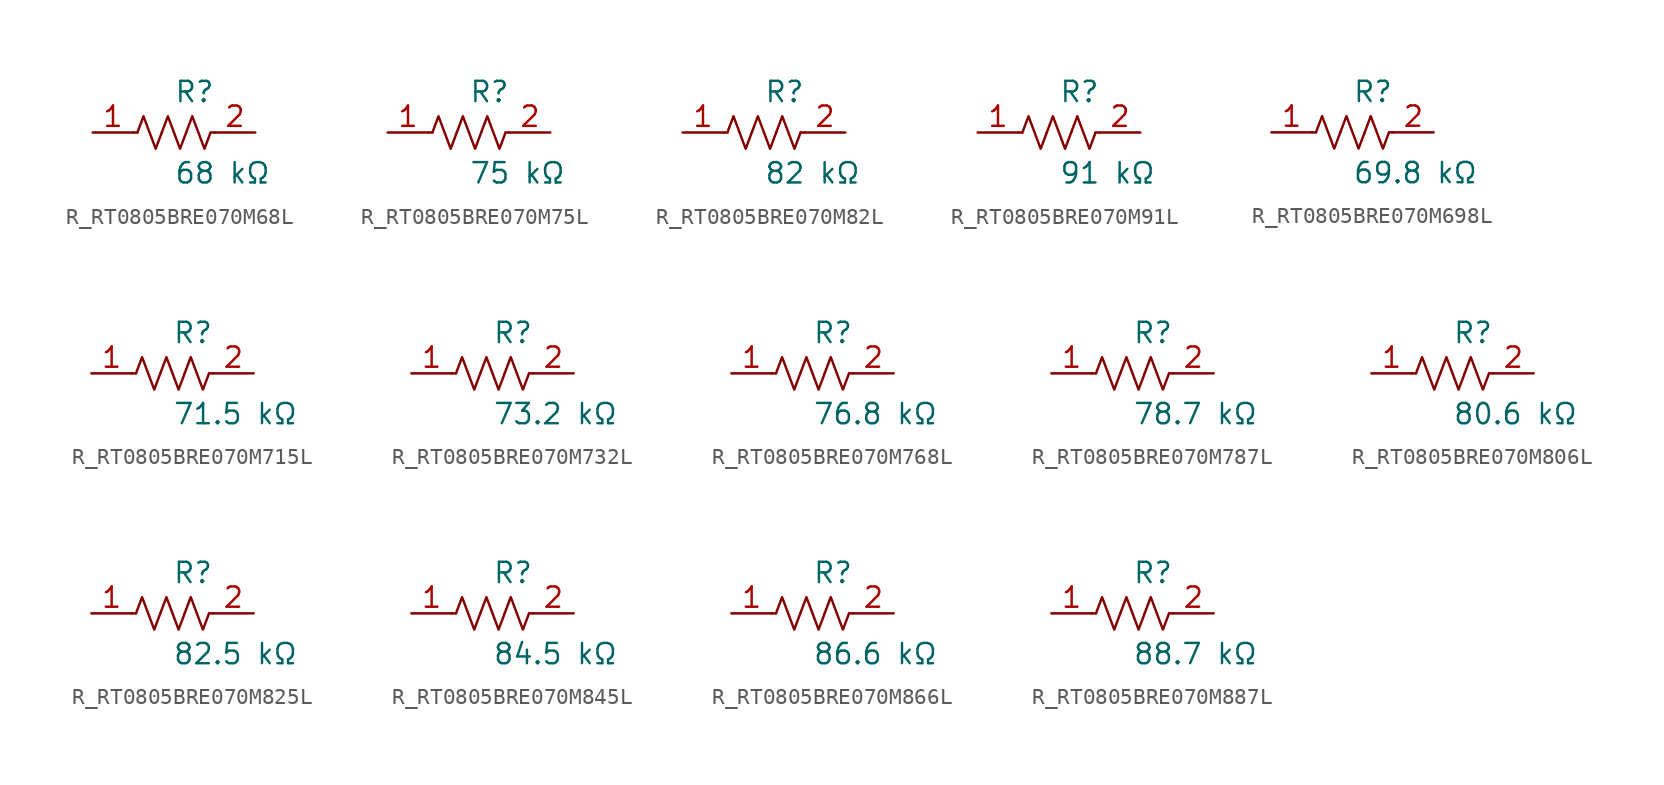
<source format=kicad_sym>
(kicad_symbol_lib
  (version 20231120)
  (generator kicad_symbol_editor)
  (generator_version 8.0)
  (symbol "R_RT0805BRE070M68L"
    (pin_names
      (offset 0.254))
    (property "Reference" "R"
      (at 0.0 2.54 0)
      (effects (font (size 1.27 1.27)) (justify left)))
    (property "Value" "68 kΩ"
      (at 0.0 -2.54 0)
      (effects (font (size 1.27 1.27)) (justify left)))
    (symbol "R_RT0805BRE070M68L_0_1"
      (polyline (pts (xy 2.286 0) (xy 2.54 0)) (stroke (width 0) (type default)) (fill (type none)))
      (polyline (pts (xy -2.286 0) (xy -2.54 0)) (stroke (width 0) (type default)) (fill (type none)))
      (polyline (pts (xy 0.762 0) (xy 1.143 1.016) (xy 1.524 0) (xy 1.905 -1.016) (xy 2.286 0)) (stroke (width 0) (type default)) (fill (type none)))
      (polyline (pts (xy -0.762 0) (xy -0.381 1.016) (xy 0 0) (xy 0.381 -1.016) (xy 0.762 0)) (stroke (width 0) (type default)) (fill (type none)))
      (polyline (pts (xy -2.286 0) (xy -1.905 1.016) (xy -1.524 0) (xy -1.143 -1.016) (xy -0.762 0)) (stroke (width 0) (type default)) (fill (type none))))
    (pin unspecified line
      (at -5.08 0 0)
      (length 2.54)
      (name "" (effects (font (size 1.27 1.27))))
      (number "1" (effects (font (size 1.27 1.27)))))
    (pin unspecified line
      (at 5.08 0 180)
      (length 2.54)
      (name "" (effects (font (size 1.27 1.27))))
      (number "2" (effects (font (size 1.27 1.27))))))
  (symbol "R_RT0805BRE070M75L"
    (pin_names
      (offset 0.254))
    (property "Reference" "R"
      (at 0.0 2.54 0)
      (effects (font (size 1.27 1.27)) (justify left)))
    (property "Value" "75 kΩ"
      (at 0.0 -2.54 0)
      (effects (font (size 1.27 1.27)) (justify left)))
    (symbol "R_RT0805BRE070M75L_0_1"
      (polyline (pts (xy 2.286 0) (xy 2.54 0)) (stroke (width 0) (type default)) (fill (type none)))
      (polyline (pts (xy -2.286 0) (xy -2.54 0)) (stroke (width 0) (type default)) (fill (type none)))
      (polyline (pts (xy 0.762 0) (xy 1.143 1.016) (xy 1.524 0) (xy 1.905 -1.016) (xy 2.286 0)) (stroke (width 0) (type default)) (fill (type none)))
      (polyline (pts (xy -0.762 0) (xy -0.381 1.016) (xy 0 0) (xy 0.381 -1.016) (xy 0.762 0)) (stroke (width 0) (type default)) (fill (type none)))
      (polyline (pts (xy -2.286 0) (xy -1.905 1.016) (xy -1.524 0) (xy -1.143 -1.016) (xy -0.762 0)) (stroke (width 0) (type default)) (fill (type none))))
    (pin unspecified line
      (at -5.08 0 0)
      (length 2.54)
      (name "" (effects (font (size 1.27 1.27))))
      (number "1" (effects (font (size 1.27 1.27)))))
    (pin unspecified line
      (at 5.08 0 180)
      (length 2.54)
      (name "" (effects (font (size 1.27 1.27))))
      (number "2" (effects (font (size 1.27 1.27))))))
  (symbol "R_RT0805BRE070M82L"
    (pin_names
      (offset 0.254))
    (property "Reference" "R"
      (at 0.0 2.54 0)
      (effects (font (size 1.27 1.27)) (justify left)))
    (property "Value" "82 kΩ"
      (at 0.0 -2.54 0)
      (effects (font (size 1.27 1.27)) (justify left)))
    (symbol "R_RT0805BRE070M82L_0_1"
      (polyline (pts (xy 2.286 0) (xy 2.54 0)) (stroke (width 0) (type default)) (fill (type none)))
      (polyline (pts (xy -2.286 0) (xy -2.54 0)) (stroke (width 0) (type default)) (fill (type none)))
      (polyline (pts (xy 0.762 0) (xy 1.143 1.016) (xy 1.524 0) (xy 1.905 -1.016) (xy 2.286 0)) (stroke (width 0) (type default)) (fill (type none)))
      (polyline (pts (xy -0.762 0) (xy -0.381 1.016) (xy 0 0) (xy 0.381 -1.016) (xy 0.762 0)) (stroke (width 0) (type default)) (fill (type none)))
      (polyline (pts (xy -2.286 0) (xy -1.905 1.016) (xy -1.524 0) (xy -1.143 -1.016) (xy -0.762 0)) (stroke (width 0) (type default)) (fill (type none))))
    (pin unspecified line
      (at -5.08 0 0)
      (length 2.54)
      (name "" (effects (font (size 1.27 1.27))))
      (number "1" (effects (font (size 1.27 1.27)))))
    (pin unspecified line
      (at 5.08 0 180)
      (length 2.54)
      (name "" (effects (font (size 1.27 1.27))))
      (number "2" (effects (font (size 1.27 1.27))))))
  (symbol "R_RT0805BRE070M91L"
    (pin_names
      (offset 0.254))
    (property "Reference" "R"
      (at 0.0 2.54 0)
      (effects (font (size 1.27 1.27)) (justify left)))
    (property "Value" "91 kΩ"
      (at 0.0 -2.54 0)
      (effects (font (size 1.27 1.27)) (justify left)))
    (symbol "R_RT0805BRE070M91L_0_1"
      (polyline (pts (xy 2.286 0) (xy 2.54 0)) (stroke (width 0) (type default)) (fill (type none)))
      (polyline (pts (xy -2.286 0) (xy -2.54 0)) (stroke (width 0) (type default)) (fill (type none)))
      (polyline (pts (xy 0.762 0) (xy 1.143 1.016) (xy 1.524 0) (xy 1.905 -1.016) (xy 2.286 0)) (stroke (width 0) (type default)) (fill (type none)))
      (polyline (pts (xy -0.762 0) (xy -0.381 1.016) (xy 0 0) (xy 0.381 -1.016) (xy 0.762 0)) (stroke (width 0) (type default)) (fill (type none)))
      (polyline (pts (xy -2.286 0) (xy -1.905 1.016) (xy -1.524 0) (xy -1.143 -1.016) (xy -0.762 0)) (stroke (width 0) (type default)) (fill (type none))))
    (pin unspecified line
      (at -5.08 0 0)
      (length 2.54)
      (name "" (effects (font (size 1.27 1.27))))
      (number "1" (effects (font (size 1.27 1.27)))))
    (pin unspecified line
      (at 5.08 0 180)
      (length 2.54)
      (name "" (effects (font (size 1.27 1.27))))
      (number "2" (effects (font (size 1.27 1.27))))))
  (symbol "R_RT0805BRE070M698L"
    (pin_names
      (offset 0.254))
    (property "Reference" "R"
      (at 0.0 2.54 0)
      (effects (font (size 1.27 1.27)) (justify left)))
    (property "Value" "69.8 kΩ"
      (at 0.0 -2.54 0)
      (effects (font (size 1.27 1.27)) (justify left)))
    (symbol "R_RT0805BRE070M698L_0_1"
      (polyline (pts (xy 2.286 0) (xy 2.54 0)) (stroke (width 0) (type default)) (fill (type none)))
      (polyline (pts (xy -2.286 0) (xy -2.54 0)) (stroke (width 0) (type default)) (fill (type none)))
      (polyline (pts (xy 0.762 0) (xy 1.143 1.016) (xy 1.524 0) (xy 1.905 -1.016) (xy 2.286 0)) (stroke (width 0) (type default)) (fill (type none)))
      (polyline (pts (xy -0.762 0) (xy -0.381 1.016) (xy 0 0) (xy 0.381 -1.016) (xy 0.762 0)) (stroke (width 0) (type default)) (fill (type none)))
      (polyline (pts (xy -2.286 0) (xy -1.905 1.016) (xy -1.524 0) (xy -1.143 -1.016) (xy -0.762 0)) (stroke (width 0) (type default)) (fill (type none))))
    (pin unspecified line
      (at -5.08 0 0)
      (length 2.54)
      (name "" (effects (font (size 1.27 1.27))))
      (number "1" (effects (font (size 1.27 1.27)))))
    (pin unspecified line
      (at 5.08 0 180)
      (length 2.54)
      (name "" (effects (font (size 1.27 1.27))))
      (number "2" (effects (font (size 1.27 1.27))))))
  (symbol "R_RT0805BRE070M715L"
    (pin_names
      (offset 0.254))
    (property "Reference" "R"
      (at 0.0 2.54 0)
      (effects (font (size 1.27 1.27)) (justify left)))
    (property "Value" "71.5 kΩ"
      (at 0.0 -2.54 0)
      (effects (font (size 1.27 1.27)) (justify left)))
    (symbol "R_RT0805BRE070M715L_0_1"
      (polyline (pts (xy 2.286 0) (xy 2.54 0)) (stroke (width 0) (type default)) (fill (type none)))
      (polyline (pts (xy -2.286 0) (xy -2.54 0)) (stroke (width 0) (type default)) (fill (type none)))
      (polyline (pts (xy 0.762 0) (xy 1.143 1.016) (xy 1.524 0) (xy 1.905 -1.016) (xy 2.286 0)) (stroke (width 0) (type default)) (fill (type none)))
      (polyline (pts (xy -0.762 0) (xy -0.381 1.016) (xy 0 0) (xy 0.381 -1.016) (xy 0.762 0)) (stroke (width 0) (type default)) (fill (type none)))
      (polyline (pts (xy -2.286 0) (xy -1.905 1.016) (xy -1.524 0) (xy -1.143 -1.016) (xy -0.762 0)) (stroke (width 0) (type default)) (fill (type none))))
    (pin unspecified line
      (at -5.08 0 0)
      (length 2.54)
      (name "" (effects (font (size 1.27 1.27))))
      (number "1" (effects (font (size 1.27 1.27)))))
    (pin unspecified line
      (at 5.08 0 180)
      (length 2.54)
      (name "" (effects (font (size 1.27 1.27))))
      (number "2" (effects (font (size 1.27 1.27))))))
  (symbol "R_RT0805BRE070M732L"
    (pin_names
      (offset 0.254))
    (property "Reference" "R"
      (at 0.0 2.54 0)
      (effects (font (size 1.27 1.27)) (justify left)))
    (property "Value" "73.2 kΩ"
      (at 0.0 -2.54 0)
      (effects (font (size 1.27 1.27)) (justify left)))
    (symbol "R_RT0805BRE070M732L_0_1"
      (polyline (pts (xy 2.286 0) (xy 2.54 0)) (stroke (width 0) (type default)) (fill (type none)))
      (polyline (pts (xy -2.286 0) (xy -2.54 0)) (stroke (width 0) (type default)) (fill (type none)))
      (polyline (pts (xy 0.762 0) (xy 1.143 1.016) (xy 1.524 0) (xy 1.905 -1.016) (xy 2.286 0)) (stroke (width 0) (type default)) (fill (type none)))
      (polyline (pts (xy -0.762 0) (xy -0.381 1.016) (xy 0 0) (xy 0.381 -1.016) (xy 0.762 0)) (stroke (width 0) (type default)) (fill (type none)))
      (polyline (pts (xy -2.286 0) (xy -1.905 1.016) (xy -1.524 0) (xy -1.143 -1.016) (xy -0.762 0)) (stroke (width 0) (type default)) (fill (type none))))
    (pin unspecified line
      (at -5.08 0 0)
      (length 2.54)
      (name "" (effects (font (size 1.27 1.27))))
      (number "1" (effects (font (size 1.27 1.27)))))
    (pin unspecified line
      (at 5.08 0 180)
      (length 2.54)
      (name "" (effects (font (size 1.27 1.27))))
      (number "2" (effects (font (size 1.27 1.27))))))
  (symbol "R_RT0805BRE070M768L"
    (pin_names
      (offset 0.254))
    (property "Reference" "R"
      (at 0.0 2.54 0)
      (effects (font (size 1.27 1.27)) (justify left)))
    (property "Value" "76.8 kΩ"
      (at 0.0 -2.54 0)
      (effects (font (size 1.27 1.27)) (justify left)))
    (symbol "R_RT0805BRE070M768L_0_1"
      (polyline (pts (xy 2.286 0) (xy 2.54 0)) (stroke (width 0) (type default)) (fill (type none)))
      (polyline (pts (xy -2.286 0) (xy -2.54 0)) (stroke (width 0) (type default)) (fill (type none)))
      (polyline (pts (xy 0.762 0) (xy 1.143 1.016) (xy 1.524 0) (xy 1.905 -1.016) (xy 2.286 0)) (stroke (width 0) (type default)) (fill (type none)))
      (polyline (pts (xy -0.762 0) (xy -0.381 1.016) (xy 0 0) (xy 0.381 -1.016) (xy 0.762 0)) (stroke (width 0) (type default)) (fill (type none)))
      (polyline (pts (xy -2.286 0) (xy -1.905 1.016) (xy -1.524 0) (xy -1.143 -1.016) (xy -0.762 0)) (stroke (width 0) (type default)) (fill (type none))))
    (pin unspecified line
      (at -5.08 0 0)
      (length 2.54)
      (name "" (effects (font (size 1.27 1.27))))
      (number "1" (effects (font (size 1.27 1.27)))))
    (pin unspecified line
      (at 5.08 0 180)
      (length 2.54)
      (name "" (effects (font (size 1.27 1.27))))
      (number "2" (effects (font (size 1.27 1.27))))))
  (symbol "R_RT0805BRE070M787L"
    (pin_names
      (offset 0.254))
    (property "Reference" "R"
      (at 0.0 2.54 0)
      (effects (font (size 1.27 1.27)) (justify left)))
    (property "Value" "78.7 kΩ"
      (at 0.0 -2.54 0)
      (effects (font (size 1.27 1.27)) (justify left)))
    (symbol "R_RT0805BRE070M787L_0_1"
      (polyline (pts (xy 2.286 0) (xy 2.54 0)) (stroke (width 0) (type default)) (fill (type none)))
      (polyline (pts (xy -2.286 0) (xy -2.54 0)) (stroke (width 0) (type default)) (fill (type none)))
      (polyline (pts (xy 0.762 0) (xy 1.143 1.016) (xy 1.524 0) (xy 1.905 -1.016) (xy 2.286 0)) (stroke (width 0) (type default)) (fill (type none)))
      (polyline (pts (xy -0.762 0) (xy -0.381 1.016) (xy 0 0) (xy 0.381 -1.016) (xy 0.762 0)) (stroke (width 0) (type default)) (fill (type none)))
      (polyline (pts (xy -2.286 0) (xy -1.905 1.016) (xy -1.524 0) (xy -1.143 -1.016) (xy -0.762 0)) (stroke (width 0) (type default)) (fill (type none))))
    (pin unspecified line
      (at -5.08 0 0)
      (length 2.54)
      (name "" (effects (font (size 1.27 1.27))))
      (number "1" (effects (font (size 1.27 1.27)))))
    (pin unspecified line
      (at 5.08 0 180)
      (length 2.54)
      (name "" (effects (font (size 1.27 1.27))))
      (number "2" (effects (font (size 1.27 1.27))))))
  (symbol "R_RT0805BRE070M806L"
    (pin_names
      (offset 0.254))
    (property "Reference" "R"
      (at 0.0 2.54 0)
      (effects (font (size 1.27 1.27)) (justify left)))
    (property "Value" "80.6 kΩ"
      (at 0.0 -2.54 0)
      (effects (font (size 1.27 1.27)) (justify left)))
    (symbol "R_RT0805BRE070M806L_0_1"
      (polyline (pts (xy 2.286 0) (xy 2.54 0)) (stroke (width 0) (type default)) (fill (type none)))
      (polyline (pts (xy -2.286 0) (xy -2.54 0)) (stroke (width 0) (type default)) (fill (type none)))
      (polyline (pts (xy 0.762 0) (xy 1.143 1.016) (xy 1.524 0) (xy 1.905 -1.016) (xy 2.286 0)) (stroke (width 0) (type default)) (fill (type none)))
      (polyline (pts (xy -0.762 0) (xy -0.381 1.016) (xy 0 0) (xy 0.381 -1.016) (xy 0.762 0)) (stroke (width 0) (type default)) (fill (type none)))
      (polyline (pts (xy -2.286 0) (xy -1.905 1.016) (xy -1.524 0) (xy -1.143 -1.016) (xy -0.762 0)) (stroke (width 0) (type default)) (fill (type none))))
    (pin unspecified line
      (at -5.08 0 0)
      (length 2.54)
      (name "" (effects (font (size 1.27 1.27))))
      (number "1" (effects (font (size 1.27 1.27)))))
    (pin unspecified line
      (at 5.08 0 180)
      (length 2.54)
      (name "" (effects (font (size 1.27 1.27))))
      (number "2" (effects (font (size 1.27 1.27))))))
  (symbol "R_RT0805BRE070M825L"
    (pin_names
      (offset 0.254))
    (property "Reference" "R"
      (at 0.0 2.54 0)
      (effects (font (size 1.27 1.27)) (justify left)))
    (property "Value" "82.5 kΩ"
      (at 0.0 -2.54 0)
      (effects (font (size 1.27 1.27)) (justify left)))
    (symbol "R_RT0805BRE070M825L_0_1"
      (polyline (pts (xy 2.286 0) (xy 2.54 0)) (stroke (width 0) (type default)) (fill (type none)))
      (polyline (pts (xy -2.286 0) (xy -2.54 0)) (stroke (width 0) (type default)) (fill (type none)))
      (polyline (pts (xy 0.762 0) (xy 1.143 1.016) (xy 1.524 0) (xy 1.905 -1.016) (xy 2.286 0)) (stroke (width 0) (type default)) (fill (type none)))
      (polyline (pts (xy -0.762 0) (xy -0.381 1.016) (xy 0 0) (xy 0.381 -1.016) (xy 0.762 0)) (stroke (width 0) (type default)) (fill (type none)))
      (polyline (pts (xy -2.286 0) (xy -1.905 1.016) (xy -1.524 0) (xy -1.143 -1.016) (xy -0.762 0)) (stroke (width 0) (type default)) (fill (type none))))
    (pin unspecified line
      (at -5.08 0 0)
      (length 2.54)
      (name "" (effects (font (size 1.27 1.27))))
      (number "1" (effects (font (size 1.27 1.27)))))
    (pin unspecified line
      (at 5.08 0 180)
      (length 2.54)
      (name "" (effects (font (size 1.27 1.27))))
      (number "2" (effects (font (size 1.27 1.27))))))
  (symbol "R_RT0805BRE070M845L"
    (pin_names
      (offset 0.254))
    (property "Reference" "R"
      (at 0.0 2.54 0)
      (effects (font (size 1.27 1.27)) (justify left)))
    (property "Value" "84.5 kΩ"
      (at 0.0 -2.54 0)
      (effects (font (size 1.27 1.27)) (justify left)))
    (symbol "R_RT0805BRE070M845L_0_1"
      (polyline (pts (xy 2.286 0) (xy 2.54 0)) (stroke (width 0) (type default)) (fill (type none)))
      (polyline (pts (xy -2.286 0) (xy -2.54 0)) (stroke (width 0) (type default)) (fill (type none)))
      (polyline (pts (xy 0.762 0) (xy 1.143 1.016) (xy 1.524 0) (xy 1.905 -1.016) (xy 2.286 0)) (stroke (width 0) (type default)) (fill (type none)))
      (polyline (pts (xy -0.762 0) (xy -0.381 1.016) (xy 0 0) (xy 0.381 -1.016) (xy 0.762 0)) (stroke (width 0) (type default)) (fill (type none)))
      (polyline (pts (xy -2.286 0) (xy -1.905 1.016) (xy -1.524 0) (xy -1.143 -1.016) (xy -0.762 0)) (stroke (width 0) (type default)) (fill (type none))))
    (pin unspecified line
      (at -5.08 0 0)
      (length 2.54)
      (name "" (effects (font (size 1.27 1.27))))
      (number "1" (effects (font (size 1.27 1.27)))))
    (pin unspecified line
      (at 5.08 0 180)
      (length 2.54)
      (name "" (effects (font (size 1.27 1.27))))
      (number "2" (effects (font (size 1.27 1.27))))))
  (symbol "R_RT0805BRE070M866L"
    (pin_names
      (offset 0.254))
    (property "Reference" "R"
      (at 0.0 2.54 0)
      (effects (font (size 1.27 1.27)) (justify left)))
    (property "Value" "86.6 kΩ"
      (at 0.0 -2.54 0)
      (effects (font (size 1.27 1.27)) (justify left)))
    (symbol "R_RT0805BRE070M866L_0_1"
      (polyline (pts (xy 2.286 0) (xy 2.54 0)) (stroke (width 0) (type default)) (fill (type none)))
      (polyline (pts (xy -2.286 0) (xy -2.54 0)) (stroke (width 0) (type default)) (fill (type none)))
      (polyline (pts (xy 0.762 0) (xy 1.143 1.016) (xy 1.524 0) (xy 1.905 -1.016) (xy 2.286 0)) (stroke (width 0) (type default)) (fill (type none)))
      (polyline (pts (xy -0.762 0) (xy -0.381 1.016) (xy 0 0) (xy 0.381 -1.016) (xy 0.762 0)) (stroke (width 0) (type default)) (fill (type none)))
      (polyline (pts (xy -2.286 0) (xy -1.905 1.016) (xy -1.524 0) (xy -1.143 -1.016) (xy -0.762 0)) (stroke (width 0) (type default)) (fill (type none))))
    (pin unspecified line
      (at -5.08 0 0)
      (length 2.54)
      (name "" (effects (font (size 1.27 1.27))))
      (number "1" (effects (font (size 1.27 1.27)))))
    (pin unspecified line
      (at 5.08 0 180)
      (length 2.54)
      (name "" (effects (font (size 1.27 1.27))))
      (number "2" (effects (font (size 1.27 1.27))))))
  (symbol "R_RT0805BRE070M887L"
    (pin_names
      (offset 0.254))
    (property "Reference" "R"
      (at 0.0 2.54 0)
      (effects (font (size 1.27 1.27)) (justify left)))
    (property "Value" "88.7 kΩ"
      (at 0.0 -2.54 0)
      (effects (font (size 1.27 1.27)) (justify left)))
    (symbol "R_RT0805BRE070M887L_0_1"
      (polyline (pts (xy 2.286 0) (xy 2.54 0)) (stroke (width 0) (type default)) (fill (type none)))
      (polyline (pts (xy -2.286 0) (xy -2.54 0)) (stroke (width 0) (type default)) (fill (type none)))
      (polyline (pts (xy 0.762 0) (xy 1.143 1.016) (xy 1.524 0) (xy 1.905 -1.016) (xy 2.286 0)) (stroke (width 0) (type default)) (fill (type none)))
      (polyline (pts (xy -0.762 0) (xy -0.381 1.016) (xy 0 0) (xy 0.381 -1.016) (xy 0.762 0)) (stroke (width 0) (type default)) (fill (type none)))
      (polyline (pts (xy -2.286 0) (xy -1.905 1.016) (xy -1.524 0) (xy -1.143 -1.016) (xy -0.762 0)) (stroke (width 0) (type default)) (fill (type none))))
    (pin unspecified line
      (at -5.08 0 0)
      (length 2.54)
      (name "" (effects (font (size 1.27 1.27))))
      (number "1" (effects (font (size 1.27 1.27)))))
    (pin unspecified line
      (at 5.08 0 180)
      (length 2.54)
      (name "" (effects (font (size 1.27 1.27))))
      (number "2" (effects (font (size 1.27 1.27)))))))
</source>
